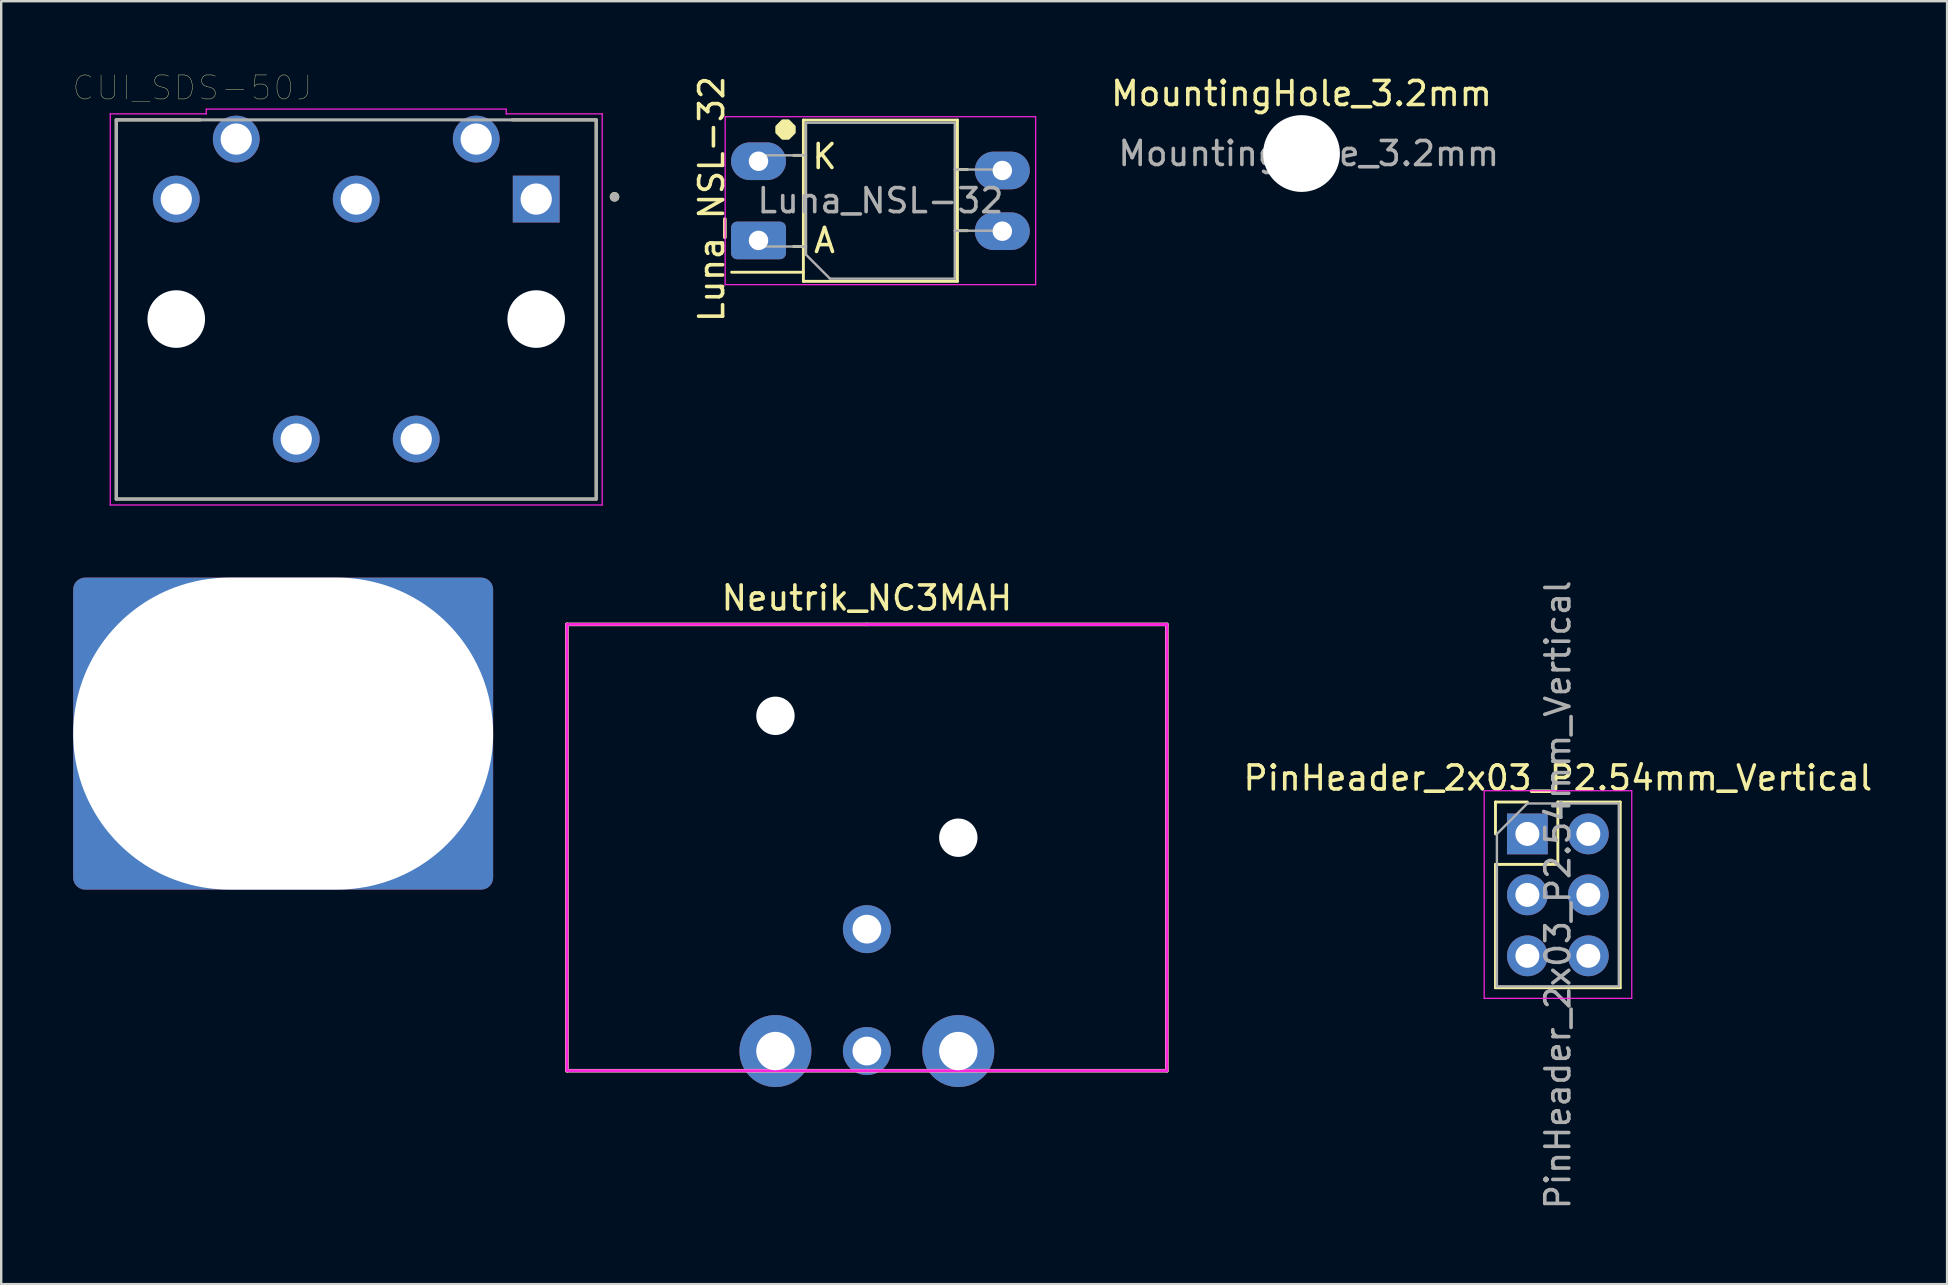
<source format=kicad_pcb>
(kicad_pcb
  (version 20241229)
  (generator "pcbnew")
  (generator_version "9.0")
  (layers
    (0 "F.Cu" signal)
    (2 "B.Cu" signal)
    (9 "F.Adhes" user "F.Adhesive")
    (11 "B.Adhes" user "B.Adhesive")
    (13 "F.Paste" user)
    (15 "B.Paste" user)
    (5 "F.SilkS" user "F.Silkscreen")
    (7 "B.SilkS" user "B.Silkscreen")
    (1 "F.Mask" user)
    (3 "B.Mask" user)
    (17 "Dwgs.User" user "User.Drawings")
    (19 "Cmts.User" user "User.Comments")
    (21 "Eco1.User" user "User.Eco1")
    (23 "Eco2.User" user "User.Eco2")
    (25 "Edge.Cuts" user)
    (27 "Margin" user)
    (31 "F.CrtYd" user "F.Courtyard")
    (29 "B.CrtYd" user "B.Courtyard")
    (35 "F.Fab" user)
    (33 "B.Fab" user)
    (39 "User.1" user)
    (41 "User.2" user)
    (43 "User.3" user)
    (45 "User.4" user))
  (footprint "Luna_NSL-32"
    (layer "F.Cu")
    (at 28.559 7.224)
    (property "Reference" "Luna_NSL-32" (at -1.952 -1.98 90) (layer "F.SilkS") (effects (font (size 1 1) (thickness 0.15))))
    (attr through_hole)
    (fp_line (start -1.12 1.07) (end 1.87 1.07) (stroke (width 0.12) (type solid)) (layer "F.SilkS"))
    (fp_line (start 1.46 -3.8) (end 1.87 -3.8) (stroke (width 0.12) (type solid)) (layer "F.SilkS"))
    (fp_line (start 1.46 0) (end 1.87 0) (stroke (width 0.12) (type solid)) (layer "F.SilkS"))
    (fp_line (start 1.87 -5.27) (end 8.29 -5.27) (stroke (width 0.12) (type solid)) (layer "F.SilkS"))
    (fp_line (start 1.87 1.45) (end 1.87 -5.27) (stroke (width 0.12) (type solid)) (layer "F.SilkS"))
    (fp_line (start 8.29 -5.27) (end 8.29 1.45) (stroke (width 0.12) (type solid)) (layer "F.SilkS"))
    (fp_line (start 8.29 -3.21) (end 8.7 -3.21) (stroke (width 0.12) (type solid)) (layer "F.SilkS"))
    (fp_line (start 8.29 -0.66) (end 8.7 -0.66) (stroke (width 0.12) (type solid)) (layer "F.SilkS"))
    (fp_line (start 8.29 1.45) (end 1.87 1.45) (stroke (width 0.12) (type solid)) (layer "F.SilkS"))
    (fp_poly (pts (xy 1.5 -5) (xy 1.5 -4.75) (xy 1.25 -4.5) (xy 1 -4.5) (xy 0.75 -4.75) (xy 0.75 -5) (xy 1 -5.25) (xy 1.25 -5.25)) (stroke (width 0.1) (type solid)) (fill yes) (layer "F.SilkS"))
    (fp_line (start -1.39 -5.41) (end -1.39 1.59) (stroke (width 0.05) (type solid)) (layer "F.CrtYd"))
    (fp_line (start -1.39 -5.41) (end 11.55 -5.41) (stroke (width 0.05) (type solid)) (layer "F.CrtYd"))
    (fp_line (start 11.55 1.59) (end -1.39 1.59) (stroke (width 0.05) (type solid)) (layer "F.CrtYd"))
    (fp_line (start 11.55 1.59) (end 11.55 -5.41) (stroke (width 0.05) (type solid)) (layer "F.CrtYd"))
    (fp_line (start -0.02 0) (end 1.98 0) (stroke (width 0.1) (type solid)) (layer "F.Fab"))
    (fp_line (start 0.03 -3.8) (end 1.98 -3.8) (stroke (width 0.1) (type solid)) (layer "F.Fab"))
    (fp_line (start 1.98 -5.16) (end 8.18 -5.16) (stroke (width 0.1) (type solid)) (layer "F.Fab"))
    (fp_line (start 1.98 0.34) (end 1.98 -5.16) (stroke (width 0.1) (type solid)) (layer "F.Fab"))
    (fp_line (start 2.98 1.34) (end 1.98 0.34) (stroke (width 0.1) (type solid)) (layer "F.Fab"))
    (fp_line (start 8.18 -5.16) (end 8.18 1.34) (stroke (width 0.1) (type solid)) (layer "F.Fab"))
    (fp_line (start 8.18 -0.66) (end 10.18 -0.66) (stroke (width 0.1) (type solid)) (layer "F.Fab"))
    (fp_line (start 8.18 1.34) (end 2.98 1.34) (stroke (width 0.1) (type solid)) (layer "F.Fab"))
    (fp_line (start 10.18 -3.21) (end 8.18 -3.21) (stroke (width 0.1) (type solid)) (layer "F.Fab"))
    (fp_text user "K" (at 2.75 -3.75 180) (layer "F.SilkS") (effects (font (size 1 1) (thickness 0.15))))
    (fp_text user "A" (at 2.75 -0.25 180) (layer "F.SilkS") (effects (font (size 1 1) (thickness 0.15))))
    (fp_text user "${REFERENCE}" (at 5.08 -1.91 180) (layer "F.Fab") (effects (font (size 1 1) (thickness 0.15))))
    (pad "1" thru_hole roundrect (at 0 -0.255) (size 2.29 1.57) (drill 0.81) (layers "*.Cu" "*.Mask") (roundrect_rratio 0.159))
    (pad "2" thru_hole oval (at 0 -3.555) (size 2.29 1.57) (drill 0.81) (layers "*.Cu" "*.Mask"))
    (pad "3" thru_hole oval (at 10.16 -3.17) (size 2.29 1.57) (drill 0.81) (layers "*.Cu" "*.Mask"))
    (pad "4" thru_hole oval (at 10.16 -0.64) (size 2.29 1.57) (drill 0.81) (layers "*.Cu" "*.Mask")))
  (footprint "CUI_SDS-50J"
    (layer "F.Cu")
    (at 11.795 10.246)
    (property "Reference" "CUI_SDS-50J" (at -6.825 -9.635 0) (layer "F.SilkS") (effects (font (size 1 1) (thickness 0.015))))
    (attr through_hole)
    (fp_line (start -10 -8.3) (end -6.5 -8.3) (stroke (width 0.127) (type solid)) (layer "F.SilkS"))
    (fp_line (start -10 7.5) (end -10 -8.3) (stroke (width 0.127) (type solid)) (layer "F.SilkS"))
    (fp_line (start -10 7.5) (end 10 7.5) (stroke (width 0.127) (type solid)) (layer "F.SilkS"))
    (fp_line (start 6.5 -8.3) (end 10 -8.3) (stroke (width 0.127) (type solid)) (layer "F.SilkS"))
    (fp_line (start 10 -8.3) (end 10 7.5) (stroke (width 0.127) (type solid)) (layer "F.SilkS"))
    (fp_circle (center 10.764 -5.094) (end 10.864 -5.094) (stroke (width 0.2) (type solid)) (fill no) (layer "F.SilkS"))
    (fp_line (start -10.25 -8.55) (end -6.25 -8.55) (stroke (width 0.05) (type solid)) (layer "F.CrtYd"))
    (fp_line (start -10.25 7.75) (end -10.25 -8.55) (stroke (width 0.05) (type solid)) (layer "F.CrtYd"))
    (fp_line (start -6.25 -8.75) (end 6.25 -8.75) (stroke (width 0.05) (type solid)) (layer "F.CrtYd"))
    (fp_line (start -6.25 -8.55) (end -6.25 -8.75) (stroke (width 0.05) (type solid)) (layer "F.CrtYd"))
    (fp_line (start 6.25 -8.75) (end 6.25 -8.55) (stroke (width 0.05) (type solid)) (layer "F.CrtYd"))
    (fp_line (start 6.25 -8.55) (end 10.25 -8.55) (stroke (width 0.05) (type solid)) (layer "F.CrtYd"))
    (fp_line (start 10.25 -8.55) (end 10.25 7.75) (stroke (width 0.05) (type solid)) (layer "F.CrtYd"))
    (fp_line (start 10.25 7.75) (end -10.25 7.75) (stroke (width 0.05) (type solid)) (layer "F.CrtYd"))
    (fp_line (start -10 -8.3) (end 10 -8.3) (stroke (width 0.127) (type solid)) (layer "F.Fab"))
    (fp_line (start -10 7.5) (end -10 -8.3) (stroke (width 0.127) (type solid)) (layer "F.Fab"))
    (fp_line (start 10 -8.3) (end 10 7.5) (stroke (width 0.127) (type solid)) (layer "F.Fab"))
    (fp_line (start 10 7.5) (end -10 7.5) (stroke (width 0.127) (type solid)) (layer "F.Fab"))
    (fp_circle (center 10.764 -5.094) (end 10.864 -5.094) (stroke (width 0.2) (type solid)) (fill no) (layer "F.Fab"))
    (pad "" np_thru_hole circle (at -7.5 0) (size 2.4 2.4) (drill 2.4) (layers "*.Cu" "*.Mask"))
    (pad "" np_thru_hole circle (at 7.5 0) (size 2.4 2.4) (drill 2.4) (layers "*.Cu" "*.Mask"))
    (pad "1" thru_hole rect (at 7.5 -5) (size 1.95 1.95) (drill 1.3) (layers "*.Cu" "*.Mask"))
    (pad "2" thru_hole circle (at 0 -5) (size 1.95 1.95) (drill 1.3) (layers "*.Cu" "*.Mask"))
    (pad "3" thru_hole circle (at -7.5 -5) (size 1.95 1.95) (drill 1.3) (layers "*.Cu" "*.Mask"))
    (pad "4" thru_hole circle (at 5 -7.5) (size 1.95 1.95) (drill 1.3) (layers "*.Cu" "*.Mask"))
    (pad "5" thru_hole circle (at -5 -7.5) (size 1.95 1.95) (drill 1.3) (layers "*.Cu" "*.Mask"))
    (pad "9" thru_hole circle (at -2.5 5) (size 1.95 1.95) (drill 1.3) (layers "*.Cu" "*.Mask"))
    (pad "9" thru_hole circle (at 2.5 5) (size 1.95 1.95) (drill 1.3) (layers "*.Cu" "*.Mask")))
  (footprint "Neutrik_NC3MAH"
    (layer "F.Cu")
    (at 33.075 22.97)
    (property "Reference" "Neutrik_NC3MAH" (at 0 -1.1 0) (layer "F.SilkS") (effects (font (size 1 1) (thickness 0.15))))
    (attr through_hole)
    (fp_line (start -12.5 0) (end 0 0) (stroke (width 0.15) (type solid)) (layer "F.SilkS"))
    (fp_line (start -12.5 18.6) (end -12.5 0) (stroke (width 0.15) (type solid)) (layer "F.SilkS"))
    (fp_line (start 0 0) (end 12.5 0) (stroke (width 0.15) (type solid)) (layer "F.SilkS"))
    (fp_line (start 12.5 0) (end 12.5 18.6) (stroke (width 0.15) (type solid)) (layer "F.SilkS"))
    (fp_line (start 12.5 18.6) (end -12.5 18.6) (stroke (width 0.15) (type solid)) (layer "F.SilkS"))
    (fp_line (start -12.5 0) (end 0 0) (stroke (width 0.12) (type solid)) (layer "F.CrtYd"))
    (fp_line (start -12.5 18.6) (end -12.5 0) (stroke (width 0.12) (type solid)) (layer "F.CrtYd"))
    (fp_line (start 0 0) (end 12.5 0) (stroke (width 0.12) (type solid)) (layer "F.CrtYd"))
    (fp_line (start 12.5 0) (end 0 0) (stroke (width 0.12) (type solid)) (layer "F.CrtYd"))
    (fp_line (start 12.5 0) (end 12.5 18.6) (stroke (width 0.12) (type solid)) (layer "F.CrtYd"))
    (fp_line (start 12.5 18.6) (end -12.5 18.6) (stroke (width 0.12) (type solid)) (layer "F.CrtYd"))
    (pad "" np_thru_hole circle (at -3.81 3.81) (size 1.6 1.6) (drill 1.6) (layers "*.Cu" "*.Mask"))
    (pad "" np_thru_hole circle (at 3.81 8.89) (size 1.6 1.6) (drill 1.6) (layers "*.Cu" "*.Mask"))
    (pad "1" thru_hole circle (at 3.81 17.78) (size 3 3) (drill 1.6) (layers "*.Cu" "*.Mask"))
    (pad "2" thru_hole circle (at -3.81 17.78) (size 3 3) (drill 1.6) (layers "*.Cu" "*.Mask"))
    (pad "3" thru_hole circle (at 0 17.78) (size 2 2) (drill 1.2) (layers "*.Cu" "*.Mask"))
    (pad "G" thru_hole circle (at 0 12.7) (size 2 2) (drill 1.2) (layers "*.Cu" "*.Mask")))
  (footprint "PinHeader_2x03_P2.54mm_Vertical"
    (layer "F.Cu")
    (at 60.6 31.702)
    (property "Reference" "PinHeader_2x03_P2.54mm_Vertical" (at 1.27 -2.33 0) (layer "F.SilkS") (effects (font (size 1 1) (thickness 0.15))))
    (attr through_hole)
    (fp_line (start -1.33 -1.33) (end 0 -1.33) (stroke (width 0.12) (type solid)) (layer "F.SilkS"))
    (fp_line (start -1.33 0) (end -1.33 -1.33) (stroke (width 0.12) (type solid)) (layer "F.SilkS"))
    (fp_line (start -1.33 1.27) (end -1.33 6.41) (stroke (width 0.12) (type solid)) (layer "F.SilkS"))
    (fp_line (start -1.33 1.27) (end 1.27 1.27) (stroke (width 0.12) (type solid)) (layer "F.SilkS"))
    (fp_line (start -1.33 6.41) (end 3.87 6.41) (stroke (width 0.12) (type solid)) (layer "F.SilkS"))
    (fp_line (start 1.27 -1.33) (end 3.87 -1.33) (stroke (width 0.12) (type solid)) (layer "F.SilkS"))
    (fp_line (start 1.27 1.27) (end 1.27 -1.33) (stroke (width 0.12) (type solid)) (layer "F.SilkS"))
    (fp_line (start 3.87 -1.33) (end 3.87 6.41) (stroke (width 0.12) (type solid)) (layer "F.SilkS"))
    (fp_line (start -1.8 -1.8) (end -1.8 6.85) (stroke (width 0.05) (type solid)) (layer "F.CrtYd"))
    (fp_line (start -1.8 6.85) (end 4.35 6.85) (stroke (width 0.05) (type solid)) (layer "F.CrtYd"))
    (fp_line (start 4.35 -1.8) (end -1.8 -1.8) (stroke (width 0.05) (type solid)) (layer "F.CrtYd"))
    (fp_line (start 4.35 6.85) (end 4.35 -1.8) (stroke (width 0.05) (type solid)) (layer "F.CrtYd"))
    (fp_line (start -1.27 0) (end 0 -1.27) (stroke (width 0.1) (type solid)) (layer "F.Fab"))
    (fp_line (start -1.27 6.35) (end -1.27 0) (stroke (width 0.1) (type solid)) (layer "F.Fab"))
    (fp_line (start 0 -1.27) (end 3.81 -1.27) (stroke (width 0.1) (type solid)) (layer "F.Fab"))
    (fp_line (start 3.81 -1.27) (end 3.81 6.35) (stroke (width 0.1) (type solid)) (layer "F.Fab"))
    (fp_line (start 3.81 6.35) (end -1.27 6.35) (stroke (width 0.1) (type solid)) (layer "F.Fab"))
    (fp_text user "${REFERENCE}" (at 1.27 2.54 90) (layer "F.Fab") (effects (font (size 1 1) (thickness 0.15))))
    (pad "1" thru_hole rect (at 0 0) (size 1.7 1.7) (drill 1) (layers "*.Cu" "*.Mask"))
    (pad "2" thru_hole oval (at 0 2.54) (size 1.7 1.7) (drill 1) (layers "*.Cu" "*.Mask"))
    (pad "3" thru_hole oval (at 0 5.08) (size 1.7 1.7) (drill 1) (layers "*.Cu" "*.Mask"))
    (pad "4" thru_hole oval (at 2.54 0) (size 1.7 1.7) (drill 1) (layers "*.Cu" "*.Mask"))
    (pad "5" thru_hole oval (at 2.54 2.54) (size 1.7 1.7) (drill 1) (layers "*.Cu" "*.Mask"))
    (pad "6" thru_hole oval (at 2.54 5.08) (size 1.7 1.7) (drill 1) (layers "*.Cu" "*.Mask")))
  (footprint "MountingHole_jack"
    (layer "F.Cu")
    (at 8.75 27.521)
    (property "Reference" "MountingHole_jack" (at 0 -2.5 0) (layer "F.SilkS") (effects (font (size 1 1) (thickness 0.15))))
    (attr exclude_from_pos_files exclude_from_bom)
    (fp_text user "${REFERENCE}" (at 0.3 0 0) (layer "F.Fab") (effects (font (size 1 1) (thickness 0.15))))
    (pad "" np_thru_hole roundrect (at 0 0) (size 17.5 13) (drill oval 17.5 13) (layers "*.Cu" "*.Mask") (roundrect_rratio 0.038)))
  (footprint "MountingHole_3.2mm"
    (layer "F.Cu")
    (at 51.188 3.348)
    (property "Reference" "MountingHole_3.2mm" (at 0 -2.5 0) (layer "F.SilkS") (effects (font (size 1 1) (thickness 0.15))))
    (attr exclude_from_pos_files exclude_from_bom)
    (fp_text user "${REFERENCE}" (at 0.3 0 0) (layer "F.Fab") (effects (font (size 1 1) (thickness 0.15))))
    (pad "" np_thru_hole circle (at 0 0) (size 3.2 3.2) (drill 3.2) (layers "*.Cu" "*.Mask")))
  (gr_rect
    (start -3 -3)
    (end 78.09 50.462)
    (stroke (width 0.1) (type default))
    (fill no)
    (layer "Edge.Cuts")))
</source>
